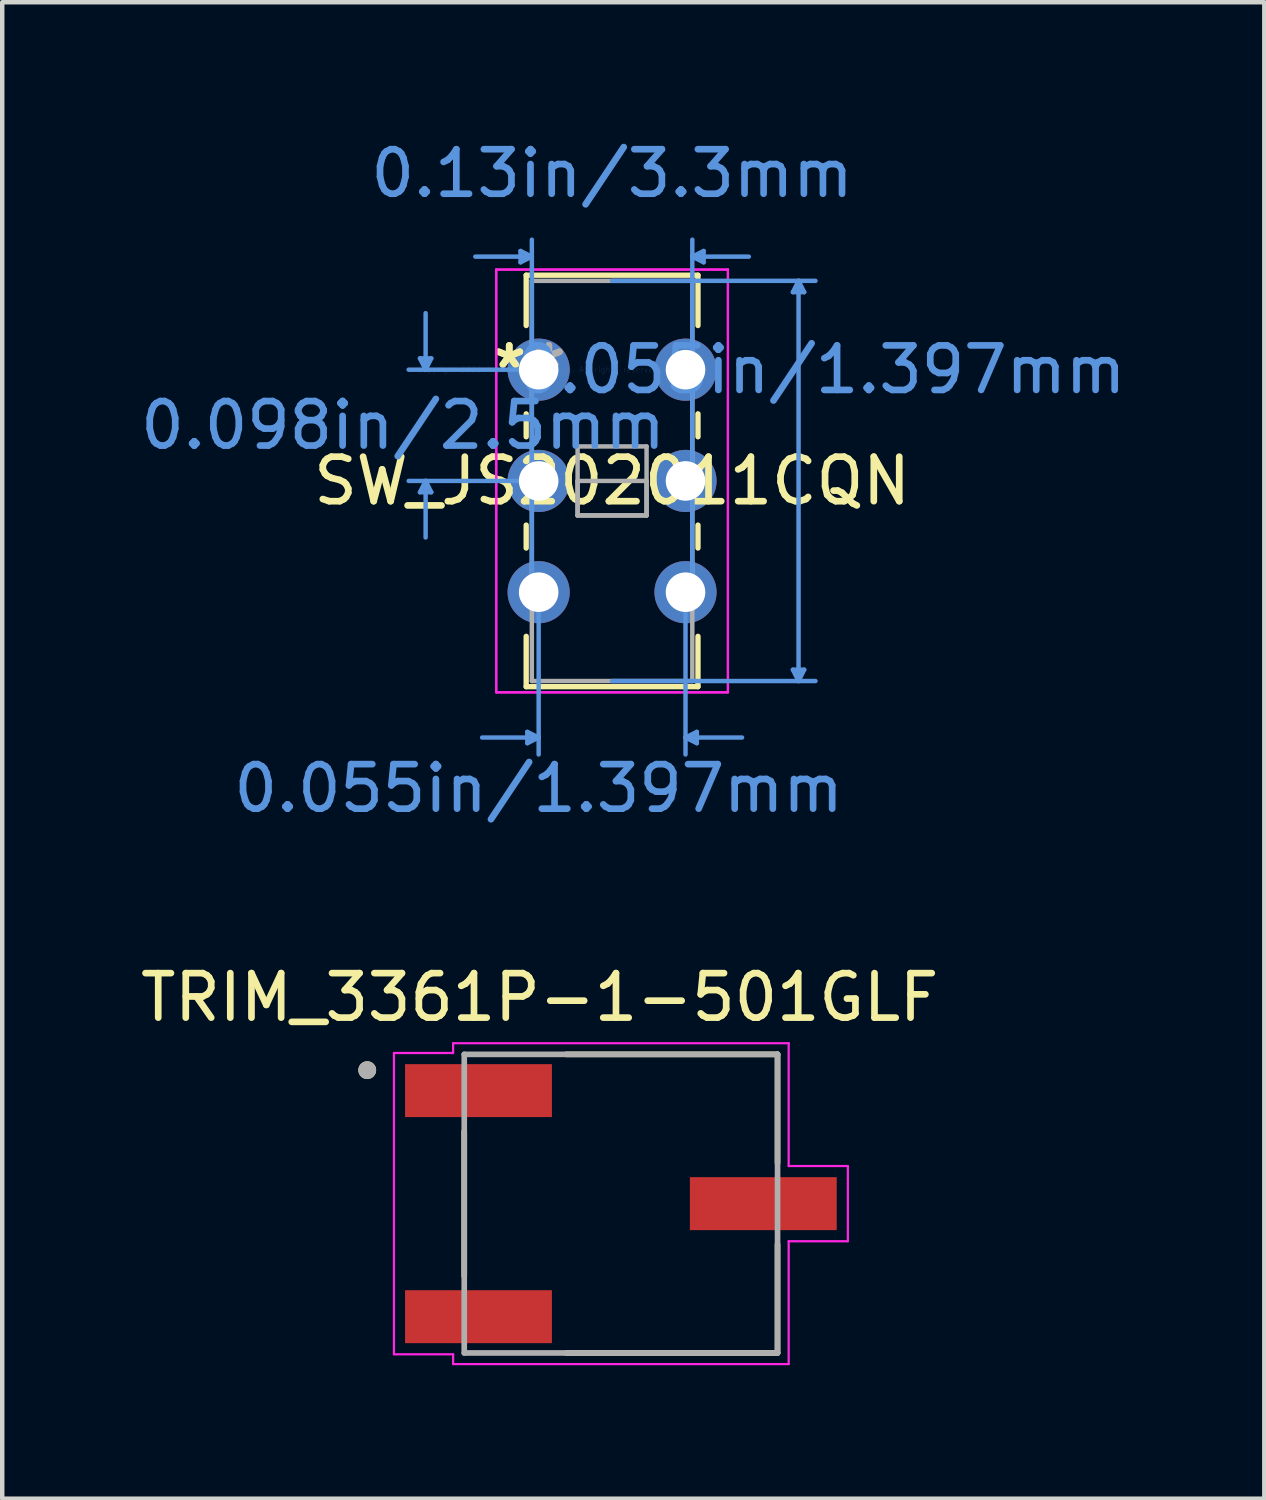
<source format=kicad_pcb>
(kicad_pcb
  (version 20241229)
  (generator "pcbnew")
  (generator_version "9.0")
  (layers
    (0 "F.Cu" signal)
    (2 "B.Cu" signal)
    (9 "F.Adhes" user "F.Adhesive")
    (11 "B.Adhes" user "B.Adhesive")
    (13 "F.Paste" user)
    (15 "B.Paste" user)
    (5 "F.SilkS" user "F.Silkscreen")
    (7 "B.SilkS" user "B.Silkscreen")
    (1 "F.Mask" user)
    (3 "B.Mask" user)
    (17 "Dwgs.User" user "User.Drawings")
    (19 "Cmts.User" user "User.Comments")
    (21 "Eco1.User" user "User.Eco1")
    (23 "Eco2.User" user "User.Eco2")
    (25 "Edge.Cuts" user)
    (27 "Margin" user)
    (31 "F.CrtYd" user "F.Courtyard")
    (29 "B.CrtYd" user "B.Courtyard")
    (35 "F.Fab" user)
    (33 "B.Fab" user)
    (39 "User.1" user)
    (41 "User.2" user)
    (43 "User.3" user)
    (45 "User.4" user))
  (footprint "SW_JS202011CQN"
    (layer "F.Cu")
    (at 9.054 5.257)
    (property "Reference" "SW_JS202011CQN" (at 1.65 2.5 0) (layer "F.SilkS") (effects (font (size 1 1) (thickness 0.15))))
    (attr through_hole)
    (fp_line (start -0.28 -2.123) (end -0.28 -0.992) (stroke (width 0.12) (type solid)) (layer "F.SilkS"))
    (fp_line (start -0.28 0.992) (end -0.28 1.508) (stroke (width 0.12) (type solid)) (layer "F.SilkS"))
    (fp_line (start -0.28 3.492) (end -0.28 4.008) (stroke (width 0.12) (type solid)) (layer "F.SilkS"))
    (fp_line (start -0.28 5.992) (end -0.28 7.123) (stroke (width 0.12) (type solid)) (layer "F.SilkS"))
    (fp_line (start -0.28 7.123) (end 3.58 7.123) (stroke (width 0.12) (type solid)) (layer "F.SilkS"))
    (fp_line (start 3.58 -2.123) (end -0.28 -2.123) (stroke (width 0.12) (type solid)) (layer "F.SilkS"))
    (fp_line (start 3.58 -0.992) (end 3.58 -2.123) (stroke (width 0.12) (type solid)) (layer "F.SilkS"))
    (fp_line (start 3.58 1.508) (end 3.58 0.992) (stroke (width 0.12) (type solid)) (layer "F.SilkS"))
    (fp_line (start 3.58 4.008) (end 3.58 3.492) (stroke (width 0.12) (type solid)) (layer "F.SilkS"))
    (fp_line (start 3.58 7.123) (end 3.58 5.992) (stroke (width 0.12) (type solid)) (layer "F.SilkS"))
    (fp_line (start -2.667 -0.254) (end -2.413 -0.254) (stroke (width 0.1) (type solid)) (layer "Cmts.User"))
    (fp_line (start -2.667 2.754) (end -2.413 2.754) (stroke (width 0.1) (type solid)) (layer "Cmts.User"))
    (fp_line (start -2.54 0) (end -2.667 -0.254) (stroke (width 0.1) (type solid)) (layer "Cmts.User"))
    (fp_line (start -2.54 0) (end -2.54 -1.27) (stroke (width 0.1) (type solid)) (layer "Cmts.User"))
    (fp_line (start -2.54 0) (end -2.413 -0.254) (stroke (width 0.1) (type solid)) (layer "Cmts.User"))
    (fp_line (start -2.54 2.5) (end -2.667 2.754) (stroke (width 0.1) (type solid)) (layer "Cmts.User"))
    (fp_line (start -2.54 2.5) (end -2.54 3.77) (stroke (width 0.1) (type solid)) (layer "Cmts.User"))
    (fp_line (start -2.54 2.5) (end -2.413 2.754) (stroke (width 0.1) (type solid)) (layer "Cmts.User"))
    (fp_line (start -0.407 -2.667) (end -0.407 -2.413) (stroke (width 0.1) (type solid)) (layer "Cmts.User"))
    (fp_line (start -0.254 8.139) (end -0.254 8.393) (stroke (width 0.1) (type solid)) (layer "Cmts.User"))
    (fp_line (start -0.153 -2.54) (end -1.423 -2.54) (stroke (width 0.1) (type solid)) (layer "Cmts.User"))
    (fp_line (start -0.153 -2.54) (end -0.407 -2.667) (stroke (width 0.1) (type solid)) (layer "Cmts.User"))
    (fp_line (start -0.153 -2.54) (end -0.407 -2.413) (stroke (width 0.1) (type solid)) (layer "Cmts.User"))
    (fp_line (start -0.153 5) (end -0.153 -2.921) (stroke (width 0.1) (type solid)) (layer "Cmts.User"))
    (fp_line (start 0 0) (end -2.921 0) (stroke (width 0.1) (type solid)) (layer "Cmts.User"))
    (fp_line (start 0 2.5) (end -2.921 2.5) (stroke (width 0.1) (type solid)) (layer "Cmts.User"))
    (fp_line (start 0 5) (end 0 8.647) (stroke (width 0.1) (type solid)) (layer "Cmts.User"))
    (fp_line (start 0 8.266) (end -1.27 8.266) (stroke (width 0.1) (type solid)) (layer "Cmts.User"))
    (fp_line (start 0 8.266) (end -0.254 8.139) (stroke (width 0.1) (type solid)) (layer "Cmts.User"))
    (fp_line (start 0 8.266) (end -0.254 8.393) (stroke (width 0.1) (type solid)) (layer "Cmts.User"))
    (fp_line (start 1.65 -1.996) (end 6.221 -1.996) (stroke (width 0.1) (type solid)) (layer "Cmts.User"))
    (fp_line (start 1.65 6.996) (end 6.221 6.996) (stroke (width 0.1) (type solid)) (layer "Cmts.User"))
    (fp_line (start 3.3 5) (end 3.3 8.647) (stroke (width 0.1) (type solid)) (layer "Cmts.User"))
    (fp_line (start 3.3 8.266) (end 3.554 8.139) (stroke (width 0.1) (type solid)) (layer "Cmts.User"))
    (fp_line (start 3.3 8.266) (end 3.554 8.393) (stroke (width 0.1) (type solid)) (layer "Cmts.User"))
    (fp_line (start 3.3 8.266) (end 4.57 8.266) (stroke (width 0.1) (type solid)) (layer "Cmts.User"))
    (fp_line (start 3.453 -2.54) (end 3.707 -2.667) (stroke (width 0.1) (type solid)) (layer "Cmts.User"))
    (fp_line (start 3.453 -2.54) (end 3.707 -2.413) (stroke (width 0.1) (type solid)) (layer "Cmts.User"))
    (fp_line (start 3.453 -2.54) (end 4.723 -2.54) (stroke (width 0.1) (type solid)) (layer "Cmts.User"))
    (fp_line (start 3.453 5) (end 3.453 -2.921) (stroke (width 0.1) (type solid)) (layer "Cmts.User"))
    (fp_line (start 3.554 8.139) (end 3.554 8.393) (stroke (width 0.1) (type solid)) (layer "Cmts.User"))
    (fp_line (start 3.707 -2.667) (end 3.707 -2.413) (stroke (width 0.1) (type solid)) (layer "Cmts.User"))
    (fp_line (start 5.713 -1.742) (end 5.967 -1.742) (stroke (width 0.1) (type solid)) (layer "Cmts.User"))
    (fp_line (start 5.713 6.742) (end 5.967 6.742) (stroke (width 0.1) (type solid)) (layer "Cmts.User"))
    (fp_line (start 5.84 -1.996) (end 5.713 -1.742) (stroke (width 0.1) (type solid)) (layer "Cmts.User"))
    (fp_line (start 5.84 -1.996) (end 5.84 6.996) (stroke (width 0.1) (type solid)) (layer "Cmts.User"))
    (fp_line (start 5.84 -1.996) (end 5.967 -1.742) (stroke (width 0.1) (type solid)) (layer "Cmts.User"))
    (fp_line (start 5.84 6.996) (end 5.713 6.742) (stroke (width 0.1) (type solid)) (layer "Cmts.User"))
    (fp_line (start 5.84 6.996) (end 5.967 6.742) (stroke (width 0.1) (type solid)) (layer "Cmts.User"))
    (fp_line (start -0.953 -2.25) (end -0.953 7.25) (stroke (width 0.05) (type solid)) (layer "F.CrtYd"))
    (fp_line (start -0.953 -2.25) (end 4.253 -2.25) (stroke (width 0.05) (type solid)) (layer "F.CrtYd"))
    (fp_line (start -0.953 7.25) (end -0.953 -2.25) (stroke (width 0.05) (type solid)) (layer "F.CrtYd"))
    (fp_line (start -0.953 7.25) (end 4.253 7.25) (stroke (width 0.05) (type solid)) (layer "F.CrtYd"))
    (fp_line (start 4.253 -2.25) (end -0.953 -2.25) (stroke (width 0.05) (type solid)) (layer "F.CrtYd"))
    (fp_line (start 4.253 -2.25) (end 4.253 7.25) (stroke (width 0.05) (type solid)) (layer "F.CrtYd"))
    (fp_line (start 4.253 7.25) (end -0.953 7.25) (stroke (width 0.05) (type solid)) (layer "F.CrtYd"))
    (fp_line (start 4.253 7.25) (end 4.253 -2.25) (stroke (width 0.05) (type solid)) (layer "F.CrtYd"))
    (fp_line (start -0.153 -1.996) (end -0.153 6.996) (stroke (width 0.1) (type solid)) (layer "F.Fab"))
    (fp_line (start -0.153 6.996) (end 3.453 6.996) (stroke (width 0.1) (type solid)) (layer "F.Fab"))
    (fp_line (start 0.875 1.725) (end 2.425 1.725) (stroke (width 0.1) (type solid)) (layer "F.Fab"))
    (fp_line (start 0.875 2.5) (end 2.425 2.5) (stroke (width 0.1) (type solid)) (layer "F.Fab"))
    (fp_line (start 0.875 3.275) (end 0.875 1.725) (stroke (width 0.1) (type solid)) (layer "F.Fab"))
    (fp_line (start 0.875 3.275) (end 0.875 2.5) (stroke (width 0.1) (type solid)) (layer "F.Fab"))
    (fp_line (start 2.425 1.725) (end 2.425 3.275) (stroke (width 0.1) (type solid)) (layer "F.Fab"))
    (fp_line (start 2.425 2.5) (end 2.425 3.275) (stroke (width 0.1) (type solid)) (layer "F.Fab"))
    (fp_line (start 2.425 3.275) (end 0.875 3.275) (stroke (width 0.1) (type solid)) (layer "F.Fab"))
    (fp_line (start 2.425 3.275) (end 0.875 3.275) (stroke (width 0.1) (type solid)) (layer "F.Fab"))
    (fp_line (start 3.453 -1.996) (end -0.153 -1.996) (stroke (width 0.1) (type solid)) (layer "F.Fab"))
    (fp_line (start 3.453 6.996) (end 3.453 -1.996) (stroke (width 0.1) (type solid)) (layer "F.Fab"))
    (fp_text user "*" (at -0.661 0 0) (layer "F.SilkS") (effects (font (size 1 1) (thickness 0.15))))
    (fp_text user "*" (at -0.661 0 0) (layer "F.SilkS") (effects (font (size 1 1) (thickness 0.15))))
    (fp_text user "0.055in/1.397mm" (at 6.348 0 0) (layer "Cmts.User") (effects (font (size 1 1) (thickness 0.15))))
    (fp_text user "Copyright 2021 Accelerated Designs. All rights reserved." (at 0 0 0) (layer "Cmts.User") (effects (font (size 0.127 0.127) (thickness 0.002))))
    (fp_text user "0.055in/1.397mm" (at 0 9.409 0) (layer "Cmts.User") (effects (font (size 1 1) (thickness 0.15))))
    (fp_text user "0.13in/3.3mm" (at 1.65 -4.409 0) (layer "Cmts.User") (effects (font (size 1 1) (thickness 0.15))))
    (fp_text user "0.098in/2.5mm" (at -3.048 1.25 0) (layer "Cmts.User") (effects (font (size 1 1) (thickness 0.15))))
    (fp_text user "*" (at 0.228 0 0) (layer "F.Fab") (effects (font (size 1 1) (thickness 0.15))))
    (fp_text user "*" (at 0.228 0 0) (layer "F.Fab") (effects (font (size 1 1) (thickness 0.15))))
    (pad "1" thru_hole circle (at 0.000001 0) (size 1.397 1.397) (drill 0.889) (layers "*.Cu" "*.Mask"))
    (pad "2" thru_hole circle (at 0.000001 2.5) (size 1.397 1.397) (drill 0.889) (layers "*.Cu" "*.Mask"))
    (pad "3" thru_hole circle (at 0.000001 5) (size 1.397 1.397) (drill 0.889) (layers "*.Cu" "*.Mask"))
    (pad "4" thru_hole circle (at 3.3 5) (size 1.397 1.397) (drill 0.889) (layers "*.Cu" "*.Mask"))
    (pad "5" thru_hole circle (at 3.3 2.5) (size 1.397 1.397) (drill 0.889) (layers "*.Cu" "*.Mask"))
    (pad "6" thru_hole circle (at 3.3 0) (size 1.397 1.397) (drill 0.889) (layers "*.Cu" "*.Mask")))
  (footprint "TRIM_3361P-1-501GLF"
    (layer "F.Cu")
    (at 10.902 23.997)
    (property "Reference" "TRIM_3361P-1-501GLF" (at -1.825 -4.635 0) (layer "F.SilkS") (effects (font (size 1 1) (thickness 0.15))))
    (attr through_hole)
    (fp_line (start -3.52 -1.625) (end -3.52 1.625) (stroke (width 0.127) (type solid)) (layer "F.SilkS"))
    (fp_line (start 3.52 -3.355) (end -1.23 -3.355) (stroke (width 0.127) (type solid)) (layer "F.SilkS"))
    (fp_line (start 3.52 -0.915) (end 3.52 -3.355) (stroke (width 0.127) (type solid)) (layer "F.SilkS"))
    (fp_line (start 3.52 0.915) (end 3.52 3.355) (stroke (width 0.127) (type solid)) (layer "F.SilkS"))
    (fp_line (start 3.52 3.355) (end -1.23 3.355) (stroke (width 0.127) (type solid)) (layer "F.SilkS"))
    (fp_circle (center -5.7 -3) (end -5.6 -3) (stroke (width 0.2) (type solid)) (fill no) (layer "F.SilkS"))
    (fp_line (start -5.1 -3.385) (end -3.77 -3.385) (stroke (width 0.05) (type solid)) (layer "F.CrtYd"))
    (fp_line (start -5.1 3.385) (end -5.1 -3.385) (stroke (width 0.05) (type solid)) (layer "F.CrtYd"))
    (fp_line (start -3.77 -3.605) (end 3.77 -3.605) (stroke (width 0.05) (type solid)) (layer "F.CrtYd"))
    (fp_line (start -3.77 -3.385) (end -3.77 -3.605) (stroke (width 0.05) (type solid)) (layer "F.CrtYd"))
    (fp_line (start -3.77 3.385) (end -5.1 3.385) (stroke (width 0.05) (type solid)) (layer "F.CrtYd"))
    (fp_line (start -3.77 3.605) (end -3.77 3.385) (stroke (width 0.05) (type solid)) (layer "F.CrtYd"))
    (fp_line (start 3.77 -3.605) (end 3.77 -0.845) (stroke (width 0.05) (type solid)) (layer "F.CrtYd"))
    (fp_line (start 3.77 -0.845) (end 5.1 -0.845) (stroke (width 0.05) (type solid)) (layer "F.CrtYd"))
    (fp_line (start 3.77 0.845) (end 3.77 3.605) (stroke (width 0.05) (type solid)) (layer "F.CrtYd"))
    (fp_line (start 3.77 3.605) (end -3.77 3.605) (stroke (width 0.05) (type solid)) (layer "F.CrtYd"))
    (fp_line (start 5.1 -0.845) (end 5.1 0.845) (stroke (width 0.05) (type solid)) (layer "F.CrtYd"))
    (fp_line (start 5.1 0.845) (end 3.77 0.845) (stroke (width 0.05) (type solid)) (layer "F.CrtYd"))
    (fp_line (start -3.52 -3.355) (end -3.52 3.355) (stroke (width 0.127) (type solid)) (layer "F.Fab"))
    (fp_line (start -3.52 3.355) (end 3.52 3.355) (stroke (width 0.127) (type solid)) (layer "F.Fab"))
    (fp_line (start 3.52 -3.355) (end -3.52 -3.355) (stroke (width 0.127) (type solid)) (layer "F.Fab"))
    (fp_line (start 3.52 3.355) (end 3.52 -3.355) (stroke (width 0.127) (type solid)) (layer "F.Fab"))
    (fp_circle (center -5.7 -3) (end -5.6 -3) (stroke (width 0.2) (type solid)) (fill no) (layer "F.Fab"))
    (pad "1" smd rect (at -3.2 -2.54) (size 3.3 1.19) (layers "F.Cu" "F.Mask" "F.Paste"))
    (pad "2" smd rect (at 3.2 0) (size 3.3 1.19) (layers "F.Cu" "F.Mask" "F.Paste"))
    (pad "3" smd rect (at -3.2 2.54) (size 3.3 1.19) (layers "F.Cu" "F.Mask" "F.Paste")))
  (gr_rect
    (start -3 -3)
    (end 25.36 30.627)
    (stroke (width 0.1) (type default))
    (fill no)
    (layer "Edge.Cuts")))
</source>
